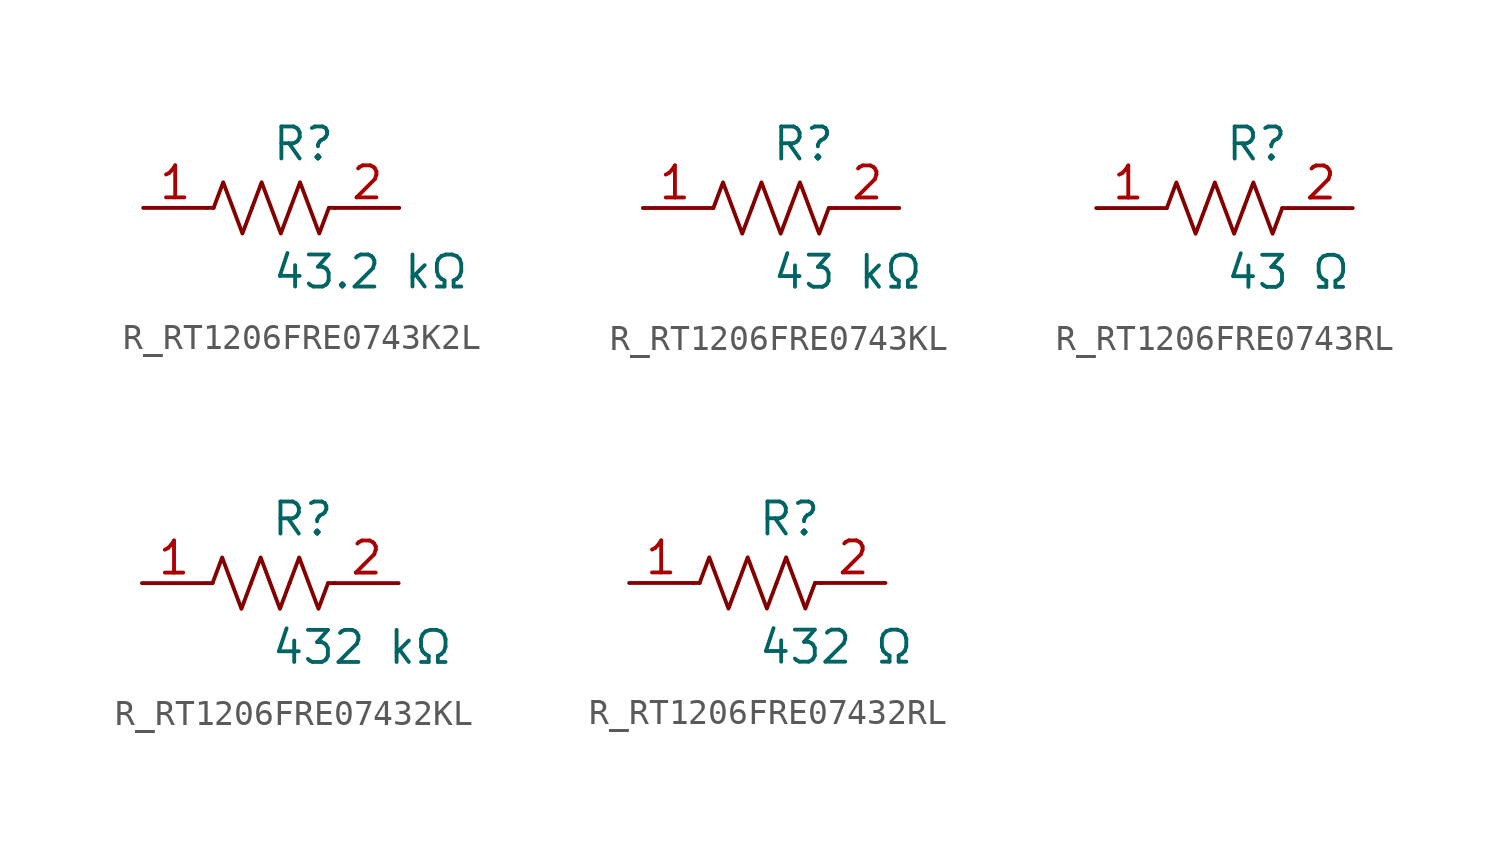
<source format=kicad_sym>
(kicad_symbol_lib
  (version 20231120)
  (generator kicad_symbol_editor)
  (generator_version 8.0)
  (symbol "R_RT1206FRE0743K2L"
    (pin_names
      (offset 0.254))
    (property "Reference" "R"
      (at 0 2.54 0)
      (effects (font (size 1.27 1.27)) (justify left)))
    (property "Value" "43.2 kΩ"
      (at 0 -2.54 0)
      (effects (font (size 1.27 1.27)) (justify left)))
    (symbol "R_RT1206FRE0743K2L_0_1"
      (polyline (pts (xy 2.286 0) (xy 2.54 0)) (stroke (width 0) (type default)) (fill (type none)))
      (polyline (pts (xy -2.286 0) (xy -2.54 0)) (stroke (width 0) (type default)) (fill (type none)))
      (polyline (pts (xy 0.762 0) (xy 1.143 1.016) (xy 1.524 0) (xy 1.905 -1.016) (xy 2.286 0)) (stroke (width 0) (type default)) (fill (type none)))
      (polyline (pts (xy -0.762 0) (xy -0.381 1.016) (xy 0 0) (xy 0.381 -1.016) (xy 0.762 0)) (stroke (width 0) (type default)) (fill (type none)))
      (polyline (pts (xy -2.286 0) (xy -1.905 1.016) (xy -1.524 0) (xy -1.143 -1.016) (xy -0.762 0)) (stroke (width 0) (type default)) (fill (type none))))
    (pin unspecified line
      (at -5.08 0 0)
      (length 2.54)
      (name "" (effects (font (size 1.27 1.27))))
      (number "1" (effects (font (size 1.27 1.27)))))
    (pin unspecified line
      (at 5.08 0 180)
      (length 2.54)
      (name "" (effects (font (size 1.27 1.27))))
      (number "2" (effects (font (size 1.27 1.27))))))
  (symbol "R_RT1206FRE0743KL"
    (pin_names
      (offset 0.254))
    (property "Reference" "R"
      (at 0 2.54 0)
      (effects (font (size 1.27 1.27)) (justify left)))
    (property "Value" "43 kΩ"
      (at 0 -2.54 0)
      (effects (font (size 1.27 1.27)) (justify left)))
    (symbol "R_RT1206FRE0743KL_0_1"
      (polyline (pts (xy 2.286 0) (xy 2.54 0)) (stroke (width 0) (type default)) (fill (type none)))
      (polyline (pts (xy -2.286 0) (xy -2.54 0)) (stroke (width 0) (type default)) (fill (type none)))
      (polyline (pts (xy 0.762 0) (xy 1.143 1.016) (xy 1.524 0) (xy 1.905 -1.016) (xy 2.286 0)) (stroke (width 0) (type default)) (fill (type none)))
      (polyline (pts (xy -0.762 0) (xy -0.381 1.016) (xy 0 0) (xy 0.381 -1.016) (xy 0.762 0)) (stroke (width 0) (type default)) (fill (type none)))
      (polyline (pts (xy -2.286 0) (xy -1.905 1.016) (xy -1.524 0) (xy -1.143 -1.016) (xy -0.762 0)) (stroke (width 0) (type default)) (fill (type none))))
    (pin unspecified line
      (at -5.08 0 0)
      (length 2.54)
      (name "" (effects (font (size 1.27 1.27))))
      (number "1" (effects (font (size 1.27 1.27)))))
    (pin unspecified line
      (at 5.08 0 180)
      (length 2.54)
      (name "" (effects (font (size 1.27 1.27))))
      (number "2" (effects (font (size 1.27 1.27))))))
  (symbol "R_RT1206FRE0743RL"
    (pin_names
      (offset 0.254))
    (property "Reference" "R"
      (at 0 2.54 0)
      (effects (font (size 1.27 1.27)) (justify left)))
    (property "Value" "43 Ω"
      (at 0 -2.54 0)
      (effects (font (size 1.27 1.27)) (justify left)))
    (symbol "R_RT1206FRE0743RL_0_1"
      (polyline (pts (xy 2.286 0) (xy 2.54 0)) (stroke (width 0) (type default)) (fill (type none)))
      (polyline (pts (xy -2.286 0) (xy -2.54 0)) (stroke (width 0) (type default)) (fill (type none)))
      (polyline (pts (xy 0.762 0) (xy 1.143 1.016) (xy 1.524 0) (xy 1.905 -1.016) (xy 2.286 0)) (stroke (width 0) (type default)) (fill (type none)))
      (polyline (pts (xy -0.762 0) (xy -0.381 1.016) (xy 0 0) (xy 0.381 -1.016) (xy 0.762 0)) (stroke (width 0) (type default)) (fill (type none)))
      (polyline (pts (xy -2.286 0) (xy -1.905 1.016) (xy -1.524 0) (xy -1.143 -1.016) (xy -0.762 0)) (stroke (width 0) (type default)) (fill (type none))))
    (pin unspecified line
      (at -5.08 0 0)
      (length 2.54)
      (name "" (effects (font (size 1.27 1.27))))
      (number "1" (effects (font (size 1.27 1.27)))))
    (pin unspecified line
      (at 5.08 0 180)
      (length 2.54)
      (name "" (effects (font (size 1.27 1.27))))
      (number "2" (effects (font (size 1.27 1.27))))))
  (symbol "R_RT1206FRE07432KL"
    (pin_names
      (offset 0.254))
    (property "Reference" "R"
      (at 0 2.54 0)
      (effects (font (size 1.27 1.27)) (justify left)))
    (property "Value" "432 kΩ"
      (at 0 -2.54 0)
      (effects (font (size 1.27 1.27)) (justify left)))
    (symbol "R_RT1206FRE07432KL_0_1"
      (polyline (pts (xy 2.286 0) (xy 2.54 0)) (stroke (width 0) (type default)) (fill (type none)))
      (polyline (pts (xy -2.286 0) (xy -2.54 0)) (stroke (width 0) (type default)) (fill (type none)))
      (polyline (pts (xy 0.762 0) (xy 1.143 1.016) (xy 1.524 0) (xy 1.905 -1.016) (xy 2.286 0)) (stroke (width 0) (type default)) (fill (type none)))
      (polyline (pts (xy -0.762 0) (xy -0.381 1.016) (xy 0 0) (xy 0.381 -1.016) (xy 0.762 0)) (stroke (width 0) (type default)) (fill (type none)))
      (polyline (pts (xy -2.286 0) (xy -1.905 1.016) (xy -1.524 0) (xy -1.143 -1.016) (xy -0.762 0)) (stroke (width 0) (type default)) (fill (type none))))
    (pin unspecified line
      (at -5.08 0 0)
      (length 2.54)
      (name "" (effects (font (size 1.27 1.27))))
      (number "1" (effects (font (size 1.27 1.27)))))
    (pin unspecified line
      (at 5.08 0 180)
      (length 2.54)
      (name "" (effects (font (size 1.27 1.27))))
      (number "2" (effects (font (size 1.27 1.27))))))
  (symbol "R_RT1206FRE07432RL"
    (pin_names
      (offset 0.254))
    (property "Reference" "R"
      (at 0 2.54 0)
      (effects (font (size 1.27 1.27)) (justify left)))
    (property "Value" "432 Ω"
      (at 0 -2.54 0)
      (effects (font (size 1.27 1.27)) (justify left)))
    (symbol "R_RT1206FRE07432RL_0_1"
      (polyline (pts (xy 2.286 0) (xy 2.54 0)) (stroke (width 0) (type default)) (fill (type none)))
      (polyline (pts (xy -2.286 0) (xy -2.54 0)) (stroke (width 0) (type default)) (fill (type none)))
      (polyline (pts (xy 0.762 0) (xy 1.143 1.016) (xy 1.524 0) (xy 1.905 -1.016) (xy 2.286 0)) (stroke (width 0) (type default)) (fill (type none)))
      (polyline (pts (xy -0.762 0) (xy -0.381 1.016) (xy 0 0) (xy 0.381 -1.016) (xy 0.762 0)) (stroke (width 0) (type default)) (fill (type none)))
      (polyline (pts (xy -2.286 0) (xy -1.905 1.016) (xy -1.524 0) (xy -1.143 -1.016) (xy -0.762 0)) (stroke (width 0) (type default)) (fill (type none))))
    (pin unspecified line
      (at -5.08 0 0)
      (length 2.54)
      (name "" (effects (font (size 1.27 1.27))))
      (number "1" (effects (font (size 1.27 1.27)))))
    (pin unspecified line
      (at 5.08 0 180)
      (length 2.54)
      (name "" (effects (font (size 1.27 1.27))))
      (number "2" (effects (font (size 1.27 1.27)))))))
</source>
